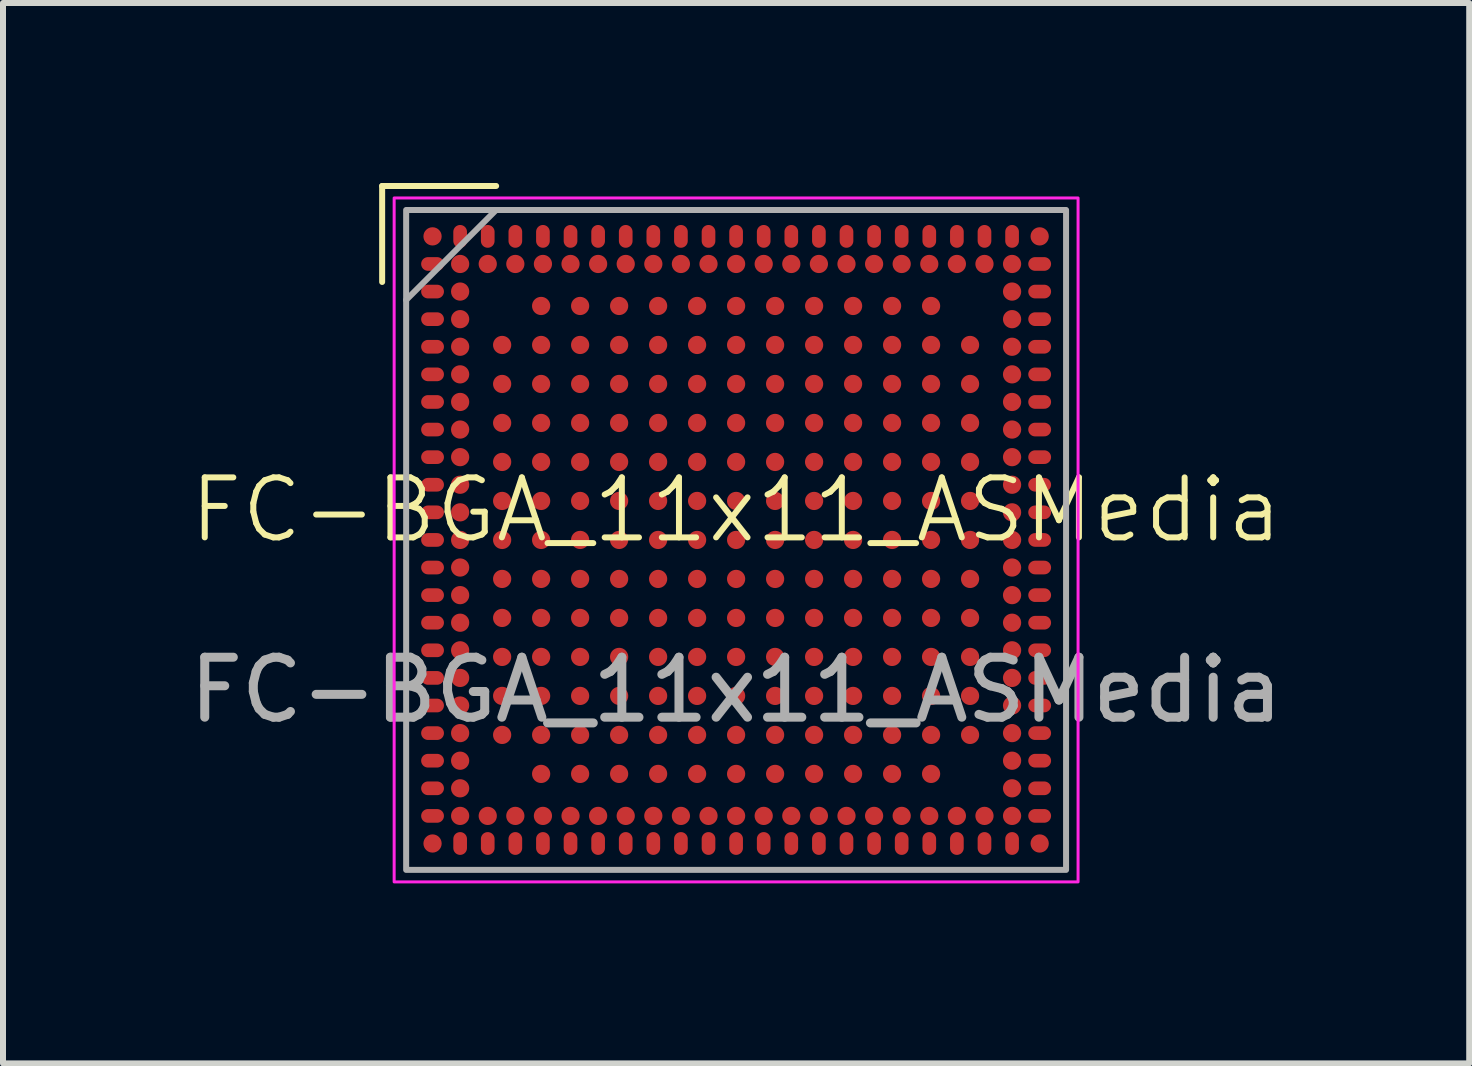
<source format=kicad_pcb>
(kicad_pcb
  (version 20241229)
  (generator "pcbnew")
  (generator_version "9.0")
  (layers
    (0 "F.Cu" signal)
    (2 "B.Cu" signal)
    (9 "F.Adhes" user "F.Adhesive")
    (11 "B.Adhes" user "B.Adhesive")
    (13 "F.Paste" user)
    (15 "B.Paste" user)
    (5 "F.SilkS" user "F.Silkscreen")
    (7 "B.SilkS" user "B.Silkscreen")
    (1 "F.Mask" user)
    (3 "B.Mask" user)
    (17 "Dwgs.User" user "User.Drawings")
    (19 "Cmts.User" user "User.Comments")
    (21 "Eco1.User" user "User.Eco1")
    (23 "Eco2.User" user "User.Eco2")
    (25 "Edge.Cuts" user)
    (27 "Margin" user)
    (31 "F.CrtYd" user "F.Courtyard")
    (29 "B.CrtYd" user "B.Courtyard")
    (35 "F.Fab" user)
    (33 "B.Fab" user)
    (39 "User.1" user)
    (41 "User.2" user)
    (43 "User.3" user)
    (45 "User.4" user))
  (footprint "FC-BGA_11x11_ASMedia"
    (layer "F.Cu")
    (at 9.22 5.95)
    (property "Reference" "FC-BGA_11x11_ASMedia" (at 0 -0.5 0) (unlocked yes) (layer "F.SilkS") (effects (font (size 1 1) (thickness 0.1))))
    (attr smd)
    (fp_line (start -5.9 -5.9) (end -5.9 -4.3) (stroke (width 0.1) (type default)) (layer "F.SilkS"))
    (fp_line (start -4 -5.9) (end -5.9 -5.9) (stroke (width 0.1) (type default)) (layer "F.SilkS"))
    (fp_rect (start -5.7 -5.7) (end 5.7 5.7) (stroke (width 0.05) (type default)) (fill no) (layer "F.CrtYd"))
    (fp_line (start -5.5 -4) (end -4 -5.5) (stroke (width 0.1) (type default)) (layer "F.Fab"))
    (fp_rect (start -5.5 -5.5) (end 5.5 5.5) (stroke (width 0.1) (type default)) (fill no) (layer "F.Fab"))
    (fp_text user "${REFERENCE}" (at 0 2.5 0) (unlocked yes) (layer "F.Fab") (effects (font (size 1 1) (thickness 0.15))))
    (pad "65" smd circle (at -4.6 3.22) (size 0.304 0.304) (layers "F.Cu" "F.Mask" "F.Paste"))
    (pad "A1" smd circle (at -5.06 -5.06) (size 0.304 0.304) (layers "F.Cu" "F.Mask" "F.Paste"))
    (pad "A2" smd oval (at -4.6 -5.06) (size 0.228 0.38) (layers "F.Cu" "F.Mask" "F.Paste"))
    (pad "A3" smd oval (at -4.14 -5.06) (size 0.228 0.38) (layers "F.Cu" "F.Mask" "F.Paste"))
    (pad "A4" smd oval (at -3.68 -5.06) (size 0.228 0.38) (layers "F.Cu" "F.Mask" "F.Paste"))
    (pad "A5" smd oval (at -3.22 -5.06) (size 0.228 0.38) (layers "F.Cu" "F.Mask" "F.Paste"))
    (pad "A6" smd oval (at -2.76 -5.06) (size 0.228 0.38) (layers "F.Cu" "F.Mask" "F.Paste"))
    (pad "A7" smd oval (at -2.3 -5.06) (size 0.228 0.38) (layers "F.Cu" "F.Mask" "F.Paste"))
    (pad "A8" smd oval (at -1.84 -5.06) (size 0.228 0.38) (layers "F.Cu" "F.Mask" "F.Paste"))
    (pad "A9" smd oval (at -1.38 -5.06) (size 0.228 0.38) (layers "F.Cu" "F.Mask" "F.Paste"))
    (pad "A10" smd oval (at -0.92 -5.06) (size 0.228 0.38) (layers "F.Cu" "F.Mask" "F.Paste"))
    (pad "A11" smd oval (at -0.46 -5.06) (size 0.228 0.38) (layers "F.Cu" "F.Mask" "F.Paste"))
    (pad "A12" smd oval (at 0 -5.06) (size 0.228 0.38) (layers "F.Cu" "F.Mask" "F.Paste"))
    (pad "A13" smd oval (at 0.46 -5.06) (size 0.228 0.38) (layers "F.Cu" "F.Mask" "F.Paste"))
    (pad "A14" smd oval (at 0.92 -5.06) (size 0.228 0.38) (layers "F.Cu" "F.Mask" "F.Paste"))
    (pad "A15" smd oval (at 1.38 -5.06) (size 0.228 0.38) (layers "F.Cu" "F.Mask" "F.Paste"))
    (pad "A16" smd oval (at 1.84 -5.06) (size 0.228 0.38) (layers "F.Cu" "F.Mask" "F.Paste"))
    (pad "A17" smd oval (at 2.3 -5.06) (size 0.228 0.38) (layers "F.Cu" "F.Mask" "F.Paste"))
    (pad "A18" smd oval (at 2.76 -5.06) (size 0.228 0.38) (layers "F.Cu" "F.Mask" "F.Paste"))
    (pad "A19" smd oval (at 3.22 -5.06) (size 0.228 0.38) (layers "F.Cu" "F.Mask" "F.Paste"))
    (pad "A20" smd oval (at 3.68 -5.06) (size 0.228 0.38) (layers "F.Cu" "F.Mask" "F.Paste"))
    (pad "A21" smd oval (at 4.14 -5.06) (size 0.228 0.38) (layers "F.Cu" "F.Mask" "F.Paste"))
    (pad "A22" smd oval (at 4.6 -5.06) (size 0.228 0.38) (layers "F.Cu" "F.Mask" "F.Paste"))
    (pad "A23" smd circle (at 5.06 -5.06) (size 0.304 0.304) (layers "F.Cu" "F.Mask" "F.Paste"))
    (pad "AA1" smd oval (at -5.06 4.14) (size 0.38 0.228) (layers "F.Cu" "F.Mask" "F.Paste"))
    (pad "AA2" smd circle (at -4.6 4.14) (size 0.304 0.304) (layers "F.Cu" "F.Mask" "F.Paste"))
    (pad "AA22" smd circle (at 4.6 4.14) (size 0.304 0.304) (layers "F.Cu" "F.Mask" "F.Paste"))
    (pad "AA23" smd oval (at 5.06 4.14) (size 0.38 0.228) (layers "F.Cu" "F.Mask" "F.Paste"))
    (pad "AB1" smd oval (at -5.06 4.6) (size 0.38 0.228) (layers "F.Cu" "F.Mask" "F.Paste"))
    (pad "AB2" smd circle (at -4.6 4.6) (size 0.304 0.304) (layers "F.Cu" "F.Mask" "F.Paste"))
    (pad "AB3" smd circle (at -4.14 4.6) (size 0.304 0.304) (layers "F.Cu" "F.Mask" "F.Paste"))
    (pad "AB4" smd circle (at -3.68 4.6) (size 0.304 0.304) (layers "F.Cu" "F.Mask" "F.Paste"))
    (pad "AB5" smd circle (at -3.22 4.6) (size 0.304 0.304) (layers "F.Cu" "F.Mask" "F.Paste"))
    (pad "AB6" smd circle (at -2.76 4.6) (size 0.304 0.304) (layers "F.Cu" "F.Mask" "F.Paste"))
    (pad "AB7" smd circle (at -2.3 4.6) (size 0.304 0.304) (layers "F.Cu" "F.Mask" "F.Paste"))
    (pad "AB8" smd circle (at -1.84 4.6) (size 0.304 0.304) (layers "F.Cu" "F.Mask" "F.Paste"))
    (pad "AB9" smd circle (at -1.38 4.6) (size 0.304 0.304) (layers "F.Cu" "F.Mask" "F.Paste"))
    (pad "AB10" smd circle (at -0.92 4.6) (size 0.304 0.304) (layers "F.Cu" "F.Mask" "F.Paste"))
    (pad "AB11" smd circle (at -0.46 4.6) (size 0.304 0.304) (layers "F.Cu" "F.Mask" "F.Paste"))
    (pad "AB12" smd circle (at 0 4.6) (size 0.304 0.304) (layers "F.Cu" "F.Mask" "F.Paste"))
    (pad "AB13" smd circle (at 0.46 4.6) (size 0.304 0.304) (layers "F.Cu" "F.Mask" "F.Paste"))
    (pad "AB14" smd circle (at 0.92 4.6) (size 0.304 0.304) (layers "F.Cu" "F.Mask" "F.Paste"))
    (pad "AB15" smd circle (at 1.38 4.6) (size 0.304 0.304) (layers "F.Cu" "F.Mask" "F.Paste"))
    (pad "AB16" smd circle (at 1.84 4.6) (size 0.304 0.304) (layers "F.Cu" "F.Mask" "F.Paste"))
    (pad "AB17" smd circle (at 2.3 4.6) (size 0.304 0.304) (layers "F.Cu" "F.Mask" "F.Paste"))
    (pad "AB18" smd circle (at 2.76 4.6) (size 0.304 0.304) (layers "F.Cu" "F.Mask" "F.Paste"))
    (pad "AB19" smd circle (at 3.22 4.6) (size 0.304 0.304) (layers "F.Cu" "F.Mask" "F.Paste"))
    (pad "AB20" smd circle (at 3.68 4.6) (size 0.304 0.304) (layers "F.Cu" "F.Mask" "F.Paste"))
    (pad "AB21" smd circle (at 4.14 4.6) (size 0.304 0.304) (layers "F.Cu" "F.Mask" "F.Paste"))
    (pad "AB22" smd circle (at 4.6 4.6) (size 0.304 0.304) (layers "F.Cu" "F.Mask" "F.Paste"))
    (pad "AB23" smd oval (at 5.06 4.6) (size 0.38 0.228) (layers "F.Cu" "F.Mask" "F.Paste"))
    (pad "AC1" smd circle (at -5.06 5.06) (size 0.304 0.304) (layers "F.Cu" "F.Mask" "F.Paste"))
    (pad "AC2" smd oval (at -4.6 5.06) (size 0.228 0.38) (layers "F.Cu" "F.Mask" "F.Paste"))
    (pad "AC3" smd oval (at -4.14 5.06) (size 0.228 0.38) (layers "F.Cu" "F.Mask" "F.Paste"))
    (pad "AC4" smd oval (at -3.68 5.06) (size 0.228 0.38) (layers "F.Cu" "F.Mask" "F.Paste"))
    (pad "AC5" smd oval (at -3.22 5.06) (size 0.228 0.38) (layers "F.Cu" "F.Mask" "F.Paste"))
    (pad "AC6" smd oval (at -2.76 5.06) (size 0.228 0.38) (layers "F.Cu" "F.Mask" "F.Paste"))
    (pad "AC7" smd oval (at -2.3 5.06) (size 0.228 0.38) (layers "F.Cu" "F.Mask" "F.Paste"))
    (pad "AC8" smd oval (at -1.84 5.06) (size 0.228 0.38) (layers "F.Cu" "F.Mask" "F.Paste"))
    (pad "AC9" smd oval (at -1.38 5.06) (size 0.228 0.38) (layers "F.Cu" "F.Mask" "F.Paste"))
    (pad "AC10" smd oval (at -0.92 5.06) (size 0.228 0.38) (layers "F.Cu" "F.Mask" "F.Paste"))
    (pad "AC11" smd oval (at -0.46 5.06) (size 0.228 0.38) (layers "F.Cu" "F.Mask" "F.Paste"))
    (pad "AC12" smd oval (at 0 5.06) (size 0.228 0.38) (layers "F.Cu" "F.Mask" "F.Paste"))
    (pad "AC13" smd oval (at 0.46 5.06) (size 0.228 0.38) (layers "F.Cu" "F.Mask" "F.Paste"))
    (pad "AC14" smd oval (at 0.92 5.06) (size 0.228 0.38) (layers "F.Cu" "F.Mask" "F.Paste"))
    (pad "AC15" smd oval (at 1.38 5.06) (size 0.228 0.38) (layers "F.Cu" "F.Mask" "F.Paste"))
    (pad "AC16" smd oval (at 1.84 5.06) (size 0.228 0.38) (layers "F.Cu" "F.Mask" "F.Paste"))
    (pad "AC17" smd oval (at 2.3 5.06) (size 0.228 0.38) (layers "F.Cu" "F.Mask" "F.Paste"))
    (pad "AC18" smd oval (at 2.76 5.06) (size 0.228 0.38) (layers "F.Cu" "F.Mask" "F.Paste"))
    (pad "AC19" smd oval (at 3.22 5.06) (size 0.228 0.38) (layers "F.Cu" "F.Mask" "F.Paste"))
    (pad "AC20" smd oval (at 3.68 5.06) (size 0.228 0.38) (layers "F.Cu" "F.Mask" "F.Paste"))
    (pad "AC21" smd oval (at 4.14 5.06) (size 0.228 0.38) (layers "F.Cu" "F.Mask" "F.Paste"))
    (pad "AC22" smd oval (at 4.6 5.06) (size 0.228 0.38) (layers "F.Cu" "F.Mask" "F.Paste"))
    (pad "AC23" smd circle (at 5.06 5.06) (size 0.304 0.304) (layers "F.Cu" "F.Mask" "F.Paste"))
    (pad "B1" smd oval (at -5.06 -4.6) (size 0.38 0.228) (layers "F.Cu" "F.Mask" "F.Paste"))
    (pad "B2" smd circle (at -4.6 -4.6) (size 0.304 0.304) (layers "F.Cu" "F.Mask" "F.Paste"))
    (pad "B3" smd circle (at -4.14 -4.6) (size 0.304 0.304) (layers "F.Cu" "F.Mask" "F.Paste"))
    (pad "B4" smd circle (at -3.68 -4.6) (size 0.304 0.304) (layers "F.Cu" "F.Mask" "F.Paste"))
    (pad "B5" smd circle (at -3.22 -4.6) (size 0.304 0.304) (layers "F.Cu" "F.Mask" "F.Paste"))
    (pad "B6" smd circle (at -2.76 -4.6) (size 0.304 0.304) (layers "F.Cu" "F.Mask" "F.Paste"))
    (pad "B7" smd circle (at -2.3 -4.6) (size 0.304 0.304) (layers "F.Cu" "F.Mask" "F.Paste"))
    (pad "B8" smd circle (at -1.84 -4.6) (size 0.304 0.304) (layers "F.Cu" "F.Mask" "F.Paste"))
    (pad "B9" smd circle (at -1.38 -4.6) (size 0.304 0.304) (layers "F.Cu" "F.Mask" "F.Paste"))
    (pad "B10" smd circle (at -0.92 -4.6) (size 0.304 0.304) (layers "F.Cu" "F.Mask" "F.Paste"))
    (pad "B11" smd circle (at -0.46 -4.6) (size 0.304 0.304) (layers "F.Cu" "F.Mask" "F.Paste"))
    (pad "B12" smd circle (at 0 -4.6) (size 0.304 0.304) (layers "F.Cu" "F.Mask" "F.Paste"))
    (pad "B13" smd circle (at 0.46 -4.6) (size 0.304 0.304) (layers "F.Cu" "F.Mask" "F.Paste"))
    (pad "B14" smd circle (at 0.92 -4.6) (size 0.304 0.304) (layers "F.Cu" "F.Mask" "F.Paste"))
    (pad "B15" smd circle (at 1.38 -4.6) (size 0.304 0.304) (layers "F.Cu" "F.Mask" "F.Paste"))
    (pad "B16" smd circle (at 1.84 -4.6) (size 0.304 0.304) (layers "F.Cu" "F.Mask" "F.Paste"))
    (pad "B17" smd circle (at 2.3 -4.6) (size 0.304 0.304) (layers "F.Cu" "F.Mask" "F.Paste"))
    (pad "B18" smd circle (at 2.76 -4.6) (size 0.304 0.304) (layers "F.Cu" "F.Mask" "F.Paste"))
    (pad "B19" smd circle (at 3.22 -4.6) (size 0.304 0.304) (layers "F.Cu" "F.Mask" "F.Paste"))
    (pad "B20" smd circle (at 3.68 -4.6) (size 0.304 0.304) (layers "F.Cu" "F.Mask" "F.Paste"))
    (pad "B21" smd circle (at 4.14 -4.6) (size 0.304 0.304) (layers "F.Cu" "F.Mask" "F.Paste"))
    (pad "B22" smd circle (at 4.6 -4.6) (size 0.304 0.304) (layers "F.Cu" "F.Mask" "F.Paste"))
    (pad "B23" smd oval (at 5.06 -4.6) (size 0.38 0.228) (layers "F.Cu" "F.Mask" "F.Paste"))
    (pad "C1" smd oval (at -5.06 -4.14) (size 0.38 0.228) (layers "F.Cu" "F.Mask" "F.Paste"))
    (pad "C2" smd circle (at -4.6 -4.14) (size 0.304 0.304) (layers "F.Cu" "F.Mask" "F.Paste"))
    (pad "C22" smd circle (at 4.6 -4.14) (size 0.304 0.304) (layers "F.Cu" "F.Mask" "F.Paste"))
    (pad "C23" smd oval (at 5.06 -4.14) (size 0.38 0.228) (layers "F.Cu" "F.Mask" "F.Paste"))
    (pad "D1" smd oval (at -5.06 -3.68) (size 0.38 0.228) (layers "F.Cu" "F.Mask" "F.Paste"))
    (pad "D2" smd circle (at -4.6 -3.68) (size 0.304 0.304) (layers "F.Cu" "F.Mask" "F.Paste"))
    (pad "D5" smd circle (at -3.25 -3.9) (size 0.304 0.304) (layers "F.Cu" "F.Mask" "F.Paste"))
    (pad "D6" smd circle (at -2.6 -3.9) (size 0.304 0.304) (layers "F.Cu" "F.Mask" "F.Paste"))
    (pad "D8" smd circle (at -1.95 -3.9) (size 0.304 0.304) (layers "F.Cu" "F.Mask" "F.Paste"))
    (pad "D9" smd circle (at -1.3 -3.9) (size 0.304 0.304) (layers "F.Cu" "F.Mask" "F.Paste"))
    (pad "D11" smd circle (at -0.65 -3.9) (size 0.304 0.304) (layers "F.Cu" "F.Mask" "F.Paste"))
    (pad "D12" smd circle (at 0 -3.9 90) (size 0.304 0.304) (layers "F.Cu" "F.Mask" "F.Paste"))
    (pad "D13" smd circle (at 0.65 -3.9) (size 0.304 0.304) (layers "F.Cu" "F.Mask" "F.Paste"))
    (pad "D15" smd circle (at 1.3 -3.9) (size 0.304 0.304) (layers "F.Cu" "F.Mask" "F.Paste"))
    (pad "D16" smd circle (at 1.95 -3.9) (size 0.304 0.304) (layers "F.Cu" "F.Mask" "F.Paste"))
    (pad "D18" smd circle (at 2.6 -3.9) (size 0.304 0.304) (layers "F.Cu" "F.Mask" "F.Paste"))
    (pad "D19" smd circle (at 3.25 -3.9) (size 0.304 0.304) (layers "F.Cu" "F.Mask" "F.Paste"))
    (pad "D22" smd circle (at 4.6 -3.68) (size 0.304 0.304) (layers "F.Cu" "F.Mask" "F.Paste"))
    (pad "D23" smd oval (at 5.06 -3.68) (size 0.38 0.228) (layers "F.Cu" "F.Mask" "F.Paste"))
    (pad "E1" smd oval (at -5.06 -3.22) (size 0.38 0.228) (layers "F.Cu" "F.Mask" "F.Paste"))
    (pad "E2" smd circle (at -4.6 -3.22) (size 0.304 0.304) (layers "F.Cu" "F.Mask" "F.Paste"))
    (pad "E4" smd circle (at -3.9 -3.25) (size 0.304 0.304) (layers "F.Cu" "F.Mask" "F.Paste"))
    (pad "E5" smd circle (at -3.25 -3.25) (size 0.304 0.304) (layers "F.Cu" "F.Mask" "F.Paste"))
    (pad "E6" smd circle (at -2.6 -3.25) (size 0.304 0.304) (layers "F.Cu" "F.Mask" "F.Paste"))
    (pad "E8" smd circle (at -1.95 -3.25) (size 0.304 0.304) (layers "F.Cu" "F.Mask" "F.Paste"))
    (pad "E9" smd circle (at -1.3 -3.25) (size 0.304 0.304) (layers "F.Cu" "F.Mask" "F.Paste"))
    (pad "E11" smd circle (at -0.65 -3.25) (size 0.304 0.304) (layers "F.Cu" "F.Mask" "F.Paste"))
    (pad "E12" smd circle (at 0 -3.25) (size 0.304 0.304) (layers "F.Cu" "F.Mask" "F.Paste"))
    (pad "E12" smd circle (at 3.9 -3.25) (size 0.304 0.304) (layers "F.Cu" "F.Mask" "F.Paste"))
    (pad "E13" smd circle (at 0.65 -3.25) (size 0.304 0.304) (layers "F.Cu" "F.Mask" "F.Paste"))
    (pad "E15" smd circle (at 1.3 -3.25) (size 0.304 0.304) (layers "F.Cu" "F.Mask" "F.Paste"))
    (pad "E16" smd circle (at 1.95 -3.25) (size 0.304 0.304) (layers "F.Cu" "F.Mask" "F.Paste"))
    (pad "E18" smd circle (at 2.6 -3.25) (size 0.304 0.304) (layers "F.Cu" "F.Mask" "F.Paste"))
    (pad "E19" smd circle (at 3.25 -3.25) (size 0.304 0.304) (layers "F.Cu" "F.Mask" "F.Paste"))
    (pad "E22" smd circle (at 4.6 -3.22) (size 0.304 0.304) (layers "F.Cu" "F.Mask" "F.Paste"))
    (pad "E23" smd oval (at 5.06 -3.22) (size 0.38 0.228) (layers "F.Cu" "F.Mask" "F.Paste"))
    (pad "F1" smd oval (at -5.06 -2.76) (size 0.38 0.228) (layers "F.Cu" "F.Mask" "F.Paste"))
    (pad "F2" smd circle (at -4.6 -2.76) (size 0.304 0.304) (layers "F.Cu" "F.Mask" "F.Paste"))
    (pad "F4" smd circle (at -3.9 -2.6) (size 0.304 0.304) (layers "F.Cu" "F.Mask" "F.Paste"))
    (pad "F5" smd circle (at -3.25 -2.6) (size 0.304 0.304) (layers "F.Cu" "F.Mask" "F.Paste"))
    (pad "F6" smd circle (at -2.6 -2.6) (size 0.304 0.304) (layers "F.Cu" "F.Mask" "F.Paste"))
    (pad "F8" smd circle (at -1.95 -2.6) (size 0.304 0.304) (layers "F.Cu" "F.Mask" "F.Paste"))
    (pad "F9" smd circle (at -1.3 -2.6) (size 0.304 0.304) (layers "F.Cu" "F.Mask" "F.Paste"))
    (pad "F11" smd circle (at -0.65 -2.6) (size 0.304 0.304) (layers "F.Cu" "F.Mask" "F.Paste"))
    (pad "F12" smd circle (at 0 -2.6) (size 0.304 0.304) (layers "F.Cu" "F.Mask" "F.Paste"))
    (pad "F13" smd circle (at 0.65 -2.6) (size 0.304 0.304) (layers "F.Cu" "F.Mask" "F.Paste"))
    (pad "F15" smd circle (at 1.3 -2.6) (size 0.304 0.304) (layers "F.Cu" "F.Mask" "F.Paste"))
    (pad "F16" smd circle (at 1.95 -2.6) (size 0.304 0.304) (layers "F.Cu" "F.Mask" "F.Paste"))
    (pad "F18" smd circle (at 2.6 -2.6) (size 0.304 0.304) (layers "F.Cu" "F.Mask" "F.Paste"))
    (pad "F19" smd circle (at 3.25 -2.6) (size 0.304 0.304) (layers "F.Cu" "F.Mask" "F.Paste"))
    (pad "F20" smd circle (at 3.9 -2.6) (size 0.304 0.304) (layers "F.Cu" "F.Mask" "F.Paste"))
    (pad "F22" smd circle (at 4.6 -2.76) (size 0.304 0.304) (layers "F.Cu" "F.Mask" "F.Paste"))
    (pad "F23" smd oval (at 5.06 -2.76) (size 0.38 0.228) (layers "F.Cu" "F.Mask" "F.Paste"))
    (pad "G1" smd oval (at -5.06 -2.3) (size 0.38 0.228) (layers "F.Cu" "F.Mask" "F.Paste"))
    (pad "G2" smd circle (at -4.6 -2.3) (size 0.304 0.304) (layers "F.Cu" "F.Mask" "F.Paste"))
    (pad "G22" smd circle (at 4.6 -2.3) (size 0.304 0.304) (layers "F.Cu" "F.Mask" "F.Paste"))
    (pad "G23" smd oval (at 5.06 -2.3) (size 0.38 0.228) (layers "F.Cu" "F.Mask" "F.Paste"))
    (pad "H1" smd oval (at -5.06 -1.84) (size 0.38 0.228) (layers "F.Cu" "F.Mask" "F.Paste"))
    (pad "H2" smd circle (at -4.6 -1.84) (size 0.304 0.304) (layers "F.Cu" "F.Mask" "F.Paste"))
    (pad "H4" smd circle (at -3.9 -1.95) (size 0.304 0.304) (layers "F.Cu" "F.Mask" "F.Paste"))
    (pad "H5" smd circle (at -3.25 -1.95) (size 0.304 0.304) (layers "F.Cu" "F.Mask" "F.Paste"))
    (pad "H6" smd circle (at -2.6 -1.95) (size 0.304 0.304) (layers "F.Cu" "F.Mask" "F.Paste"))
    (pad "H8" smd circle (at -1.95 -1.95) (size 0.304 0.304) (layers "F.Cu" "F.Mask" "F.Paste"))
    (pad "H9" smd circle (at -1.3 -1.95) (size 0.304 0.304) (layers "F.Cu" "F.Mask" "F.Paste"))
    (pad "H11" smd circle (at -0.65 -1.95) (size 0.304 0.304) (layers "F.Cu" "F.Mask" "F.Paste"))
    (pad "H12" smd circle (at 0 -1.95) (size 0.304 0.304) (layers "F.Cu" "F.Mask" "F.Paste"))
    (pad "H13" smd circle (at 0.65 -1.95) (size 0.304 0.304) (layers "F.Cu" "F.Mask" "F.Paste"))
    (pad "H15" smd circle (at 1.3 -1.95) (size 0.304 0.304) (layers "F.Cu" "F.Mask" "F.Paste"))
    (pad "H16" smd circle (at 1.95 -1.95) (size 0.304 0.304) (layers "F.Cu" "F.Mask" "F.Paste"))
    (pad "H18" smd circle (at 2.6 -1.95) (size 0.304 0.304) (layers "F.Cu" "F.Mask" "F.Paste"))
    (pad "H19" smd circle (at 3.25 -1.95) (size 0.304 0.304) (layers "F.Cu" "F.Mask" "F.Paste"))
    (pad "H20" smd circle (at 3.9 -1.95) (size 0.304 0.304) (layers "F.Cu" "F.Mask" "F.Paste"))
    (pad "H22" smd circle (at 4.6 -1.84) (size 0.304 0.304) (layers "F.Cu" "F.Mask" "F.Paste"))
    (pad "H23" smd oval (at 5.06 -1.84) (size 0.38 0.228) (layers "F.Cu" "F.Mask" "F.Paste"))
    (pad "J1" smd oval (at -5.06 -1.38) (size 0.38 0.228) (layers "F.Cu" "F.Mask" "F.Paste"))
    (pad "J2" smd circle (at -4.6 -1.38) (size 0.304 0.304) (layers "F.Cu" "F.Mask" "F.Paste"))
    (pad "J4" smd circle (at -3.9 -1.3) (size 0.304 0.304) (layers "F.Cu" "F.Mask" "F.Paste"))
    (pad "J5" smd circle (at -3.25 -1.3) (size 0.304 0.304) (layers "F.Cu" "F.Mask" "F.Paste"))
    (pad "J6" smd circle (at -2.6 -1.3) (size 0.304 0.304) (layers "F.Cu" "F.Mask" "F.Paste"))
    (pad "J8" smd circle (at -1.95 -1.3) (size 0.304 0.304) (layers "F.Cu" "F.Mask" "F.Paste"))
    (pad "J9" smd circle (at -1.3 -1.3) (size 0.304 0.304) (layers "F.Cu" "F.Mask" "F.Paste"))
    (pad "J11" smd circle (at -0.65 -1.3) (size 0.304 0.304) (layers "F.Cu" "F.Mask" "F.Paste"))
    (pad "J12" smd circle (at 0 -1.3) (size 0.304 0.304) (layers "F.Cu" "F.Mask" "F.Paste"))
    (pad "J13" smd circle (at 0.65 -1.3) (size 0.304 0.304) (layers "F.Cu" "F.Mask" "F.Paste"))
    (pad "J15" smd circle (at 1.3 -1.3) (size 0.304 0.304) (layers "F.Cu" "F.Mask" "F.Paste"))
    (pad "J16" smd circle (at 1.95 -1.3) (size 0.304 0.304) (layers "F.Cu" "F.Mask" "F.Paste"))
    (pad "J18" smd circle (at 2.6 -1.3) (size 0.304 0.304) (layers "F.Cu" "F.Mask" "F.Paste"))
    (pad "J19" smd circle (at 3.25 -1.3) (size 0.304 0.304) (layers "F.Cu" "F.Mask" "F.Paste"))
    (pad "J20" smd circle (at 3.9 -1.3) (size 0.304 0.304) (layers "F.Cu" "F.Mask" "F.Paste"))
    (pad "J22" smd circle (at 4.6 -1.38) (size 0.304 0.304) (layers "F.Cu" "F.Mask" "F.Paste"))
    (pad "J23" smd oval (at 5.06 -1.38) (size 0.38 0.228) (layers "F.Cu" "F.Mask" "F.Paste"))
    (pad "K1" smd oval (at -5.06 -0.92) (size 0.38 0.228) (layers "F.Cu" "F.Mask" "F.Paste"))
    (pad "K2" smd circle (at -4.6 -0.92) (size 0.304 0.304) (layers "F.Cu" "F.Mask" "F.Paste"))
    (pad "K22" smd circle (at 4.6 -0.92) (size 0.304 0.304) (layers "F.Cu" "F.Mask" "F.Paste"))
    (pad "K23" smd oval (at 5.06 -0.92) (size 0.38 0.228) (layers "F.Cu" "F.Mask" "F.Paste"))
    (pad "L1" smd oval (at -5.06 -0.46) (size 0.38 0.228) (layers "F.Cu" "F.Mask" "F.Paste"))
    (pad "L2" smd circle (at -4.6 -0.46) (size 0.304 0.304) (layers "F.Cu" "F.Mask" "F.Paste"))
    (pad "L4" smd circle (at -3.9 -0.65) (size 0.304 0.304) (layers "F.Cu" "F.Mask" "F.Paste"))
    (pad "L5" smd circle (at -3.25 -0.65) (size 0.304 0.304) (layers "F.Cu" "F.Mask" "F.Paste"))
    (pad "L6" smd circle (at -2.6 -0.65) (size 0.304 0.304) (layers "F.Cu" "F.Mask" "F.Paste"))
    (pad "L8" smd circle (at -1.95 -0.65) (size 0.304 0.304) (layers "F.Cu" "F.Mask" "F.Paste"))
    (pad "L9" smd circle (at -1.3 -0.65) (size 0.304 0.304) (layers "F.Cu" "F.Mask" "F.Paste"))
    (pad "L11" smd circle (at -0.65 -0.65) (size 0.304 0.304) (layers "F.Cu" "F.Mask" "F.Paste"))
    (pad "L12" smd circle (at 0 -0.65) (size 0.304 0.304) (layers "F.Cu" "F.Mask" "F.Paste"))
    (pad "L13" smd circle (at 0.65 -0.65) (size 0.304 0.304) (layers "F.Cu" "F.Mask" "F.Paste"))
    (pad "L15" smd circle (at 1.3 -0.65) (size 0.304 0.304) (layers "F.Cu" "F.Mask" "F.Paste"))
    (pad "L16" smd circle (at 1.95 -0.65) (size 0.304 0.304) (layers "F.Cu" "F.Mask" "F.Paste"))
    (pad "L18" smd circle (at 2.6 -0.65) (size 0.304 0.304) (layers "F.Cu" "F.Mask" "F.Paste"))
    (pad "L19" smd circle (at 3.25 -0.65) (size 0.304 0.304) (layers "F.Cu" "F.Mask" "F.Paste"))
    (pad "L20" smd circle (at 3.9 -0.65) (size 0.304 0.304) (layers "F.Cu" "F.Mask" "F.Paste"))
    (pad "L22" smd circle (at 4.6 -0.46) (size 0.304 0.304) (layers "F.Cu" "F.Mask" "F.Paste"))
    (pad "L23" smd oval (at 5.06 -0.46) (size 0.38 0.228) (layers "F.Cu" "F.Mask" "F.Paste"))
    (pad "M1" smd oval (at -5.06 0) (size 0.38 0.228) (layers "F.Cu" "F.Mask" "F.Paste"))
    (pad "M2" smd circle (at -4.6 0) (size 0.304 0.304) (layers "F.Cu" "F.Mask" "F.Paste"))
    (pad "M4" smd circle (at -3.9 0) (size 0.304 0.304) (layers "F.Cu" "F.Mask" "F.Paste"))
    (pad "M5" smd circle (at -3.25 0) (size 0.304 0.304) (layers "F.Cu" "F.Mask" "F.Paste"))
    (pad "M6" smd circle (at -2.6 0) (size 0.304 0.304) (layers "F.Cu" "F.Mask" "F.Paste"))
    (pad "M8" smd circle (at -1.95 0) (size 0.304 0.304) (layers "F.Cu" "F.Mask" "F.Paste"))
    (pad "M9" smd circle (at -1.3 0) (size 0.304 0.304) (layers "F.Cu" "F.Mask" "F.Paste"))
    (pad "M11" smd circle (at -0.65 0) (size 0.304 0.304) (layers "F.Cu" "F.Mask" "F.Paste"))
    (pad "M12" smd circle (at 0 0) (size 0.304 0.304) (layers "F.Cu" "F.Mask" "F.Paste"))
    (pad "M13" smd circle (at 0.65 0) (size 0.304 0.304) (layers "F.Cu" "F.Mask" "F.Paste"))
    (pad "M15" smd circle (at 1.3 0) (size 0.304 0.304) (layers "F.Cu" "F.Mask" "F.Paste"))
    (pad "M16" smd circle (at 1.95 0) (size 0.304 0.304) (layers "F.Cu" "F.Mask" "F.Paste"))
    (pad "M18" smd circle (at 2.6 0) (size 0.304 0.304) (layers "F.Cu" "F.Mask" "F.Paste"))
    (pad "M19" smd circle (at 3.25 0) (size 0.304 0.304) (layers "F.Cu" "F.Mask" "F.Paste"))
    (pad "M20" smd circle (at 3.9 0) (size 0.304 0.304) (layers "F.Cu" "F.Mask" "F.Paste"))
    (pad "M22" smd circle (at 4.6 0) (size 0.304 0.304) (layers "F.Cu" "F.Mask" "F.Paste"))
    (pad "M23" smd oval (at 5.06 0) (size 0.38 0.228) (layers "F.Cu" "F.Mask" "F.Paste"))
    (pad "N1" smd oval (at -5.06 0.46) (size 0.38 0.228) (layers "F.Cu" "F.Mask" "F.Paste"))
    (pad "N2" smd circle (at -4.6 0.46) (size 0.304 0.304) (layers "F.Cu" "F.Mask" "F.Paste"))
    (pad "N4" smd circle (at -3.9 0.65) (size 0.304 0.304) (layers "F.Cu" "F.Mask" "F.Paste"))
    (pad "N5" smd circle (at -3.25 0.65) (size 0.304 0.304) (layers "F.Cu" "F.Mask" "F.Paste"))
    (pad "N6" smd circle (at -2.6 0.65) (size 0.304 0.304) (layers "F.Cu" "F.Mask" "F.Paste"))
    (pad "N8" smd circle (at -1.95 0.65) (size 0.304 0.304) (layers "F.Cu" "F.Mask" "F.Paste"))
    (pad "N9" smd circle (at -1.3 0.65) (size 0.304 0.304) (layers "F.Cu" "F.Mask" "F.Paste"))
    (pad "N11" smd circle (at -0.65 0.65) (size 0.304 0.304) (layers "F.Cu" "F.Mask" "F.Paste"))
    (pad "N12" smd circle (at 0 0.65) (size 0.304 0.304) (layers "F.Cu" "F.Mask" "F.Paste"))
    (pad "N13" smd circle (at 0.65 0.65) (size 0.304 0.304) (layers "F.Cu" "F.Mask" "F.Paste"))
    (pad "N15" smd circle (at 1.3 0.65) (size 0.304 0.304) (layers "F.Cu" "F.Mask" "F.Paste"))
    (pad "N16" smd circle (at 1.95 0.65) (size 0.304 0.304) (layers "F.Cu" "F.Mask" "F.Paste"))
    (pad "N18" smd circle (at 2.6 0.65) (size 0.304 0.304) (layers "F.Cu" "F.Mask" "F.Paste"))
    (pad "N19" smd circle (at 3.25 0.65) (size 0.304 0.304) (layers "F.Cu" "F.Mask" "F.Paste"))
    (pad "N20" smd circle (at 3.9 0.65) (size 0.304 0.304) (layers "F.Cu" "F.Mask" "F.Paste"))
    (pad "N22" smd circle (at 4.6 0.46) (size 0.304 0.304) (layers "F.Cu" "F.Mask" "F.Paste"))
    (pad "N23" smd oval (at 5.06 0.46) (size 0.38 0.228) (layers "F.Cu" "F.Mask" "F.Paste"))
    (pad "P1" smd oval (at -5.06 0.92) (size 0.38 0.228) (layers "F.Cu" "F.Mask" "F.Paste"))
    (pad "P2" smd circle (at -4.6 0.92) (size 0.304 0.304) (layers "F.Cu" "F.Mask" "F.Paste"))
    (pad "P22" smd circle (at 4.6 0.92) (size 0.304 0.304) (layers "F.Cu" "F.Mask" "F.Paste"))
    (pad "P23" smd oval (at 5.06 0.92) (size 0.38 0.228) (layers "F.Cu" "F.Mask" "F.Paste"))
    (pad "R1" smd oval (at -5.06 1.38) (size 0.38 0.228) (layers "F.Cu" "F.Mask" "F.Paste"))
    (pad "R2" smd circle (at -4.6 1.38) (size 0.304 0.304) (layers "F.Cu" "F.Mask" "F.Paste"))
    (pad "R4" smd circle (at -3.9 1.3) (size 0.304 0.304) (layers "F.Cu" "F.Mask" "F.Paste"))
    (pad "R5" smd circle (at -3.25 1.3) (size 0.304 0.304) (layers "F.Cu" "F.Mask" "F.Paste"))
    (pad "R6" smd circle (at -2.6 1.3) (size 0.304 0.304) (layers "F.Cu" "F.Mask" "F.Paste"))
    (pad "R8" smd circle (at -1.95 1.3) (size 0.304 0.304) (layers "F.Cu" "F.Mask" "F.Paste"))
    (pad "R9" smd circle (at -1.3 1.3) (size 0.304 0.304) (layers "F.Cu" "F.Mask" "F.Paste"))
    (pad "R11" smd circle (at -0.65 1.3) (size 0.304 0.304) (layers "F.Cu" "F.Mask" "F.Paste"))
    (pad "R12" smd circle (at 0 1.3) (size 0.304 0.304) (layers "F.Cu" "F.Mask" "F.Paste"))
    (pad "R13" smd circle (at 0.65 1.3) (size 0.304 0.304) (layers "F.Cu" "F.Mask" "F.Paste"))
    (pad "R15" smd circle (at 1.3 1.3) (size 0.304 0.304) (layers "F.Cu" "F.Mask" "F.Paste"))
    (pad "R16" smd circle (at 1.95 1.3) (size 0.304 0.304) (layers "F.Cu" "F.Mask" "F.Paste"))
    (pad "R18" smd circle (at 2.6 1.3) (size 0.304 0.304) (layers "F.Cu" "F.Mask" "F.Paste"))
    (pad "R19" smd circle (at 3.25 1.3) (size 0.304 0.304) (layers "F.Cu" "F.Mask" "F.Paste"))
    (pad "R20" smd circle (at 3.9 1.3) (size 0.304 0.304) (layers "F.Cu" "F.Mask" "F.Paste"))
    (pad "R22" smd circle (at 4.6 1.38) (size 0.304 0.304) (layers "F.Cu" "F.Mask" "F.Paste"))
    (pad "R23" smd oval (at 5.06 1.38) (size 0.38 0.228) (layers "F.Cu" "F.Mask" "F.Paste"))
    (pad "T1" smd oval (at -5.06 1.84) (size 0.38 0.228) (layers "F.Cu" "F.Mask" "F.Paste"))
    (pad "T2" smd circle (at -4.6 1.84) (size 0.304 0.304) (layers "F.Cu" "F.Mask" "F.Paste"))
    (pad "T4" smd circle (at -3.9 1.95) (size 0.304 0.304) (layers "F.Cu" "F.Mask" "F.Paste"))
    (pad "T5" smd circle (at -3.25 1.95) (size 0.304 0.304) (layers "F.Cu" "F.Mask" "F.Paste"))
    (pad "T6" smd circle (at -2.6 1.95) (size 0.304 0.304) (layers "F.Cu" "F.Mask" "F.Paste"))
    (pad "T8" smd circle (at -1.95 1.95) (size 0.304 0.304) (layers "F.Cu" "F.Mask" "F.Paste"))
    (pad "T9" smd circle (at -1.3 1.95) (size 0.304 0.304) (layers "F.Cu" "F.Mask" "F.Paste"))
    (pad "T11" smd circle (at -0.65 1.95) (size 0.304 0.304) (layers "F.Cu" "F.Mask" "F.Paste"))
    (pad "T12" smd circle (at 0 1.95) (size 0.304 0.304) (layers "F.Cu" "F.Mask" "F.Paste"))
    (pad "T13" smd circle (at 0.65 1.95) (size 0.304 0.304) (layers "F.Cu" "F.Mask" "F.Paste"))
    (pad "T15" smd circle (at 1.3 1.95) (size 0.304 0.304) (layers "F.Cu" "F.Mask" "F.Paste"))
    (pad "T16" smd circle (at 1.95 1.95) (size 0.304 0.304) (layers "F.Cu" "F.Mask" "F.Paste"))
    (pad "T18" smd circle (at 2.6 1.95) (size 0.304 0.304) (layers "F.Cu" "F.Mask" "F.Paste"))
    (pad "T19" smd circle (at 3.25 1.95) (size 0.304 0.304) (layers "F.Cu" "F.Mask" "F.Paste"))
    (pad "T20" smd circle (at 3.9 1.95) (size 0.304 0.304) (layers "F.Cu" "F.Mask" "F.Paste"))
    (pad "T22" smd circle (at 4.6 1.84) (size 0.304 0.304) (layers "F.Cu" "F.Mask" "F.Paste"))
    (pad "T23" smd oval (at 5.06 1.84) (size 0.38 0.228) (layers "F.Cu" "F.Mask" "F.Paste"))
    (pad "U1" smd oval (at -5.06 2.3) (size 0.38 0.228) (layers "F.Cu" "F.Mask" "F.Paste"))
    (pad "U2" smd circle (at -4.6 2.3) (size 0.304 0.304) (layers "F.Cu" "F.Mask" "F.Paste"))
    (pad "U22" smd circle (at 4.6 2.3) (size 0.304 0.304) (layers "F.Cu" "F.Mask" "F.Paste"))
    (pad "U23" smd oval (at 5.06 2.3) (size 0.38 0.228) (layers "F.Cu" "F.Mask" "F.Paste"))
    (pad "V1" smd oval (at -5.06 2.76) (size 0.38 0.228) (layers "F.Cu" "F.Mask" "F.Paste"))
    (pad "V4" smd circle (at -3.9 2.6) (size 0.304 0.304) (layers "F.Cu" "F.Mask" "F.Paste"))
    (pad "V5" smd circle (at -3.25 2.6) (size 0.304 0.304) (layers "F.Cu" "F.Mask" "F.Paste"))
    (pad "V6" smd circle (at -2.6 2.6) (size 0.304 0.304) (layers "F.Cu" "F.Mask" "F.Paste"))
    (pad "V8" smd circle (at -1.95 2.6) (size 0.304 0.304) (layers "F.Cu" "F.Mask" "F.Paste"))
    (pad "V9" smd circle (at -1.3 2.6) (size 0.304 0.304) (layers "F.Cu" "F.Mask" "F.Paste"))
    (pad "V11" smd circle (at -0.65 2.6) (size 0.304 0.304) (layers "F.Cu" "F.Mask" "F.Paste"))
    (pad "V12" smd circle (at 0 2.6) (size 0.304 0.304) (layers "F.Cu" "F.Mask" "F.Paste"))
    (pad "V13" smd circle (at 0.65 2.6) (size 0.304 0.304) (layers "F.Cu" "F.Mask" "F.Paste"))
    (pad "V15" smd circle (at 1.3 2.6) (size 0.304 0.304) (layers "F.Cu" "F.Mask" "F.Paste"))
    (pad "V16" smd circle (at 1.95 2.6) (size 0.304 0.304) (layers "F.Cu" "F.Mask" "F.Paste"))
    (pad "V18" smd circle (at 2.6 2.6) (size 0.304 0.304) (layers "F.Cu" "F.Mask" "F.Paste"))
    (pad "V19" smd circle (at 3.25 2.6) (size 0.304 0.304) (layers "F.Cu" "F.Mask" "F.Paste"))
    (pad "V20" smd circle (at 3.9 2.6) (size 0.304 0.304) (layers "F.Cu" "F.Mask" "F.Paste"))
    (pad "V22" smd circle (at 4.6 2.76) (size 0.304 0.304) (layers "F.Cu" "F.Mask" "F.Paste"))
    (pad "V23" smd oval (at 5.06 2.76) (size 0.38 0.228) (layers "F.Cu" "F.Mask" "F.Paste"))
    (pad "W1" smd oval (at -5.06 3.22) (size 0.38 0.228) (layers "F.Cu" "F.Mask" "F.Paste"))
    (pad "W2" smd circle (at -4.6 2.76) (size 0.304 0.304) (layers "F.Cu" "F.Mask" "F.Paste"))
    (pad "W4" smd circle (at -3.9 3.25) (size 0.304 0.304) (layers "F.Cu" "F.Mask" "F.Paste"))
    (pad "W5" smd circle (at -3.25 3.25) (size 0.304 0.304) (layers "F.Cu" "F.Mask" "F.Paste"))
    (pad "W6" smd circle (at -2.6 3.25) (size 0.304 0.304) (layers "F.Cu" "F.Mask" "F.Paste"))
    (pad "W8" smd circle (at -1.95 3.25) (size 0.304 0.304) (layers "F.Cu" "F.Mask" "F.Paste"))
    (pad "W9" smd circle (at -1.3 3.25) (size 0.304 0.304) (layers "F.Cu" "F.Mask" "F.Paste"))
    (pad "W11" smd circle (at -0.65 3.25) (size 0.304 0.304) (layers "F.Cu" "F.Mask" "F.Paste"))
    (pad "W12" smd circle (at 0 3.25) (size 0.304 0.304) (layers "F.Cu" "F.Mask" "F.Paste"))
    (pad "W13" smd circle (at 0.65 3.25) (size 0.304 0.304) (layers "F.Cu" "F.Mask" "F.Paste"))
    (pad "W15" smd circle (at 1.3 3.25) (size 0.304 0.304) (layers "F.Cu" "F.Mask" "F.Paste"))
    (pad "W16" smd circle (at 1.95 3.25) (size 0.304 0.304) (layers "F.Cu" "F.Mask" "F.Paste"))
    (pad "W18" smd circle (at 2.6 3.25) (size 0.304 0.304) (layers "F.Cu" "F.Mask" "F.Paste"))
    (pad "W19" smd circle (at 3.25 3.25) (size 0.304 0.304) (layers "F.Cu" "F.Mask" "F.Paste"))
    (pad "W20" smd circle (at 3.9 3.25) (size 0.304 0.304) (layers "F.Cu" "F.Mask" "F.Paste"))
    (pad "W22" smd circle (at 4.6 3.22) (size 0.304 0.304) (layers "F.Cu" "F.Mask" "F.Paste"))
    (pad "W23" smd oval (at 5.06 3.22) (size 0.38 0.228) (layers "F.Cu" "F.Mask" "F.Paste"))
    (pad "Y1" smd oval (at -5.06 3.68) (size 0.38 0.228) (layers "F.Cu" "F.Mask" "F.Paste"))
    (pad "Y2" smd circle (at -4.6 3.68) (size 0.304 0.304) (layers "F.Cu" "F.Mask" "F.Paste"))
    (pad "Y5" smd circle (at -3.25 3.9) (size 0.304 0.304) (layers "F.Cu" "F.Mask" "F.Paste"))
    (pad "Y6" smd circle (at -2.6 3.9) (size 0.304 0.304) (layers "F.Cu" "F.Mask" "F.Paste"))
    (pad "Y8" smd circle (at -1.95 3.9) (size 0.304 0.304) (layers "F.Cu" "F.Mask" "F.Paste"))
    (pad "Y9" smd circle (at -1.3 3.9) (size 0.304 0.304) (layers "F.Cu" "F.Mask" "F.Paste"))
    (pad "Y11" smd circle (at -0.65 3.9) (size 0.304 0.304) (layers "F.Cu" "F.Mask" "F.Paste"))
    (pad "Y12" smd circle (at 0 3.9) (size 0.304 0.304) (layers "F.Cu" "F.Mask" "F.Paste"))
    (pad "Y13" smd circle (at 0.65 3.9) (size 0.304 0.304) (layers "F.Cu" "F.Mask" "F.Paste"))
    (pad "Y15" smd circle (at 1.3 3.9) (size 0.304 0.304) (layers "F.Cu" "F.Mask" "F.Paste"))
    (pad "Y16" smd circle (at 1.95 3.9) (size 0.304 0.304) (layers "F.Cu" "F.Mask" "F.Paste"))
    (pad "Y18" smd circle (at 2.6 3.9) (size 0.304 0.304) (layers "F.Cu" "F.Mask" "F.Paste"))
    (pad "Y19" smd circle (at 3.25 3.9) (size 0.304 0.304) (layers "F.Cu" "F.Mask" "F.Paste"))
    (pad "Y22" smd circle (at 4.6 3.68) (size 0.304 0.304) (layers "F.Cu" "F.Mask" "F.Paste"))
    (pad "Y23" smd oval (at 5.06 3.68) (size 0.38 0.228) (layers "F.Cu" "F.Mask" "F.Paste")))
  (gr_rect
    (start -3 -3)
    (end 21.44 14.675)
    (stroke (width 0.1) (type default))
    (fill no)
    (layer "Edge.Cuts")))
</source>
